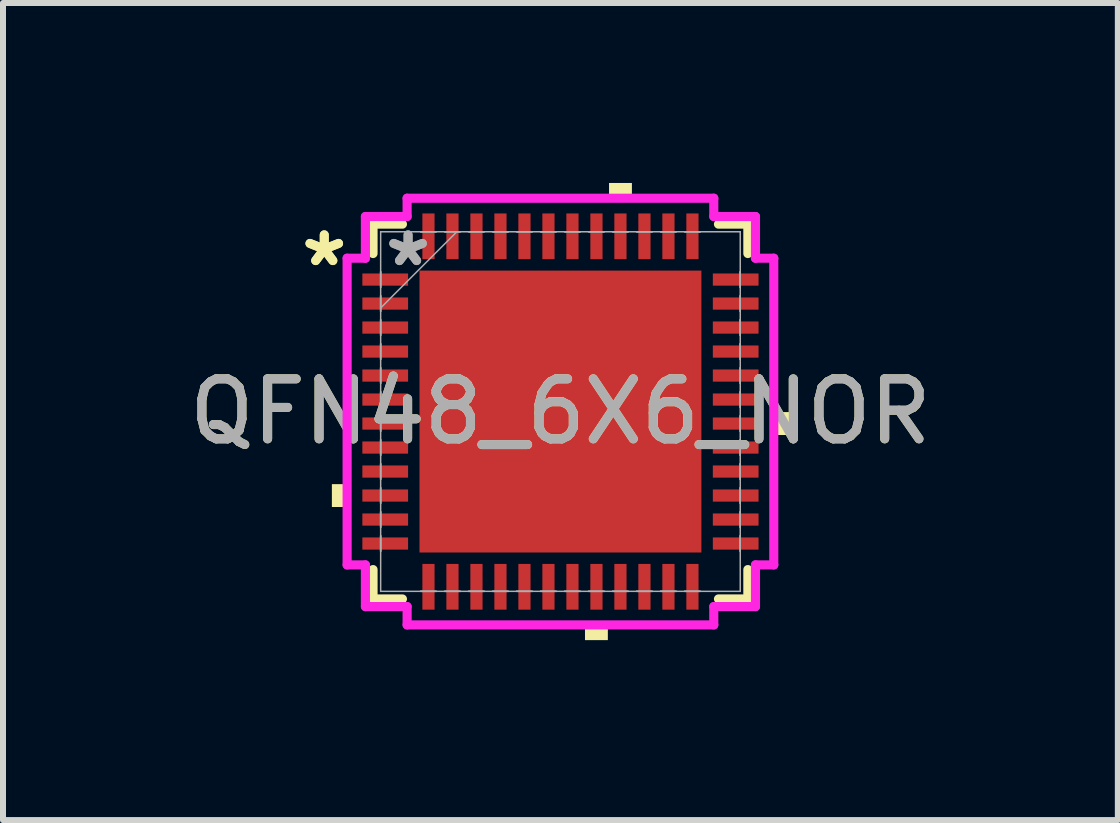
<source format=kicad_pcb>
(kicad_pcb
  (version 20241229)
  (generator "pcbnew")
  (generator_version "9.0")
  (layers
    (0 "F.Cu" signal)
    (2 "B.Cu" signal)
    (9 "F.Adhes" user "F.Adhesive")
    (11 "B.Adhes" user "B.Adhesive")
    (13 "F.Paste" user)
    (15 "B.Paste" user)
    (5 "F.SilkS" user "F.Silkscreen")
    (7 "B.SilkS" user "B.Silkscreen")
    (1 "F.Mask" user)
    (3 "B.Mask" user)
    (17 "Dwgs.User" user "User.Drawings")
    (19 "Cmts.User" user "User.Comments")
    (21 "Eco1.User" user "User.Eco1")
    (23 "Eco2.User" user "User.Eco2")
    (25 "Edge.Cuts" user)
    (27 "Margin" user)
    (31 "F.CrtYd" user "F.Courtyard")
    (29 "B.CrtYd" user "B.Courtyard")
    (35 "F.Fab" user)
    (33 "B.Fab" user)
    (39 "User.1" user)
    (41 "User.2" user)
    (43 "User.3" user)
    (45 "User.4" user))
  (footprint "QFN48_6X6_NOR"
    (layer "F.Cu")
    (at 6.292 3.81)
    (property "Reference" "QFN48_6X6_NOR" (at 0 0 0) (unlocked yes) (layer "F.SilkS") (effects (font (size 1 1) (thickness 0.15))))
    (attr smd)
    (fp_line (start -3.124 -3.124) (end -3.124 -2.634) (stroke (width 0.152) (type solid)) (layer "F.SilkS"))
    (fp_line (start -3.124 2.634) (end -3.124 3.124) (stroke (width 0.152) (type solid)) (layer "F.SilkS"))
    (fp_line (start -3.124 3.124) (end -2.634 3.124) (stroke (width 0.152) (type solid)) (layer "F.SilkS"))
    (fp_line (start -2.634 -3.124) (end -3.124 -3.124) (stroke (width 0.152) (type solid)) (layer "F.SilkS"))
    (fp_line (start 2.634 3.124) (end 3.124 3.124) (stroke (width 0.152) (type solid)) (layer "F.SilkS"))
    (fp_line (start 3.124 -3.124) (end 2.634 -3.124) (stroke (width 0.152) (type solid)) (layer "F.SilkS"))
    (fp_line (start 3.124 -2.634) (end 3.124 -3.124) (stroke (width 0.152) (type solid)) (layer "F.SilkS"))
    (fp_line (start 3.124 3.124) (end 3.124 2.634) (stroke (width 0.152) (type solid)) (layer "F.SilkS"))
    (fp_poly (pts (xy -3.81 1.21) (xy -3.81 1.591) (xy -3.556 1.591) (xy -3.556 1.21)) (stroke (width 0) (type solid)) (fill yes) (layer "F.SilkS"))
    (fp_poly (pts (xy 0.409 3.556) (xy 0.409 3.81) (xy 0.79 3.81) (xy 0.79 3.556)) (stroke (width 0) (type solid)) (fill yes) (layer "F.SilkS"))
    (fp_poly (pts (xy 0.81 -3.556) (xy 0.81 -3.81) (xy 1.191 -3.81) (xy 1.191 -3.556)) (stroke (width 0) (type solid)) (fill yes) (layer "F.SilkS"))
    (fp_poly (pts (xy 3.81 0.009) (xy 3.81 0.391) (xy 3.556 0.391) (xy 3.556 0.009)) (stroke (width 0) (type solid)) (fill yes) (layer "F.SilkS"))
    (fp_poly (pts (xy -2.249 -2.249) (xy -2.249 -0.883) (xy -0.883 -0.883) (xy -0.883 -2.249)) (stroke (width 0) (type solid)) (fill yes) (layer "F.Paste"))
    (fp_poly (pts (xy -2.249 -0.683) (xy -2.249 0.683) (xy -0.883 0.683) (xy -0.883 -0.683)) (stroke (width 0) (type solid)) (fill yes) (layer "F.Paste"))
    (fp_poly (pts (xy -2.249 0.883) (xy -2.249 2.249) (xy -0.883 2.249) (xy -0.883 0.883)) (stroke (width 0) (type solid)) (fill yes) (layer "F.Paste"))
    (fp_poly (pts (xy -0.683 -2.249) (xy -0.683 -0.883) (xy 0.683 -0.883) (xy 0.683 -2.249)) (stroke (width 0) (type solid)) (fill yes) (layer "F.Paste"))
    (fp_poly (pts (xy -0.683 -0.683) (xy -0.683 0.683) (xy 0.683 0.683) (xy 0.683 -0.683)) (stroke (width 0) (type solid)) (fill yes) (layer "F.Paste"))
    (fp_poly (pts (xy -0.683 0.883) (xy -0.683 2.249) (xy 0.683 2.249) (xy 0.683 0.883)) (stroke (width 0) (type solid)) (fill yes) (layer "F.Paste"))
    (fp_poly (pts (xy 0.883 -2.249) (xy 0.883 -0.883) (xy 2.249 -0.883) (xy 2.249 -2.249)) (stroke (width 0) (type solid)) (fill yes) (layer "F.Paste"))
    (fp_poly (pts (xy 0.883 -0.683) (xy 0.883 0.683) (xy 2.249 0.683) (xy 2.249 -0.683)) (stroke (width 0) (type solid)) (fill yes) (layer "F.Paste"))
    (fp_poly (pts (xy 0.883 0.883) (xy 0.883 2.249) (xy 2.249 2.249) (xy 2.249 0.883)) (stroke (width 0) (type solid)) (fill yes) (layer "F.Paste"))
    (fp_line (start -3.556 -2.556) (end -3.251 -2.556) (stroke (width 0.152) (type solid)) (layer "F.CrtYd"))
    (fp_line (start -3.556 2.556) (end -3.556 -2.556) (stroke (width 0.152) (type solid)) (layer "F.CrtYd"))
    (fp_line (start -3.251 -3.251) (end -2.556 -3.251) (stroke (width 0.152) (type solid)) (layer "F.CrtYd"))
    (fp_line (start -3.251 -2.556) (end -3.251 -3.251) (stroke (width 0.152) (type solid)) (layer "F.CrtYd"))
    (fp_line (start -3.251 2.556) (end -3.556 2.556) (stroke (width 0.152) (type solid)) (layer "F.CrtYd"))
    (fp_line (start -3.251 3.251) (end -3.251 2.556) (stroke (width 0.152) (type solid)) (layer "F.CrtYd"))
    (fp_line (start -2.556 -3.556) (end 2.556 -3.556) (stroke (width 0.152) (type solid)) (layer "F.CrtYd"))
    (fp_line (start -2.556 -3.251) (end -2.556 -3.556) (stroke (width 0.152) (type solid)) (layer "F.CrtYd"))
    (fp_line (start -2.556 3.251) (end -3.251 3.251) (stroke (width 0.152) (type solid)) (layer "F.CrtYd"))
    (fp_line (start -2.556 3.556) (end -2.556 3.251) (stroke (width 0.152) (type solid)) (layer "F.CrtYd"))
    (fp_line (start 2.556 -3.556) (end 2.556 -3.251) (stroke (width 0.152) (type solid)) (layer "F.CrtYd"))
    (fp_line (start 2.556 -3.251) (end 3.251 -3.251) (stroke (width 0.152) (type solid)) (layer "F.CrtYd"))
    (fp_line (start 2.556 3.251) (end 2.556 3.556) (stroke (width 0.152) (type solid)) (layer "F.CrtYd"))
    (fp_line (start 2.556 3.556) (end -2.556 3.556) (stroke (width 0.152) (type solid)) (layer "F.CrtYd"))
    (fp_line (start 3.251 -3.251) (end 3.251 -2.556) (stroke (width 0.152) (type solid)) (layer "F.CrtYd"))
    (fp_line (start 3.251 -2.556) (end 3.556 -2.556) (stroke (width 0.152) (type solid)) (layer "F.CrtYd"))
    (fp_line (start 3.251 2.556) (end 3.251 3.251) (stroke (width 0.152) (type solid)) (layer "F.CrtYd"))
    (fp_line (start 3.251 3.251) (end 2.556 3.251) (stroke (width 0.152) (type solid)) (layer "F.CrtYd"))
    (fp_line (start 3.556 -2.556) (end 3.556 2.556) (stroke (width 0.152) (type solid)) (layer "F.CrtYd"))
    (fp_line (start 3.556 2.556) (end 3.251 2.556) (stroke (width 0.152) (type solid)) (layer "F.CrtYd"))
    (fp_line (start -2.997 -2.997) (end -2.997 -2.997) (stroke (width 0.025) (type solid)) (layer "F.Fab"))
    (fp_line (start -2.997 -2.997) (end -2.997 2.997) (stroke (width 0.025) (type solid)) (layer "F.Fab"))
    (fp_line (start -2.997 -2.327) (end -2.997 -2.327) (stroke (width 0.025) (type solid)) (layer "F.Fab"))
    (fp_line (start -2.997 -2.327) (end -2.997 -2.073) (stroke (width 0.025) (type solid)) (layer "F.Fab"))
    (fp_line (start -2.997 -2.073) (end -2.997 -2.327) (stroke (width 0.025) (type solid)) (layer "F.Fab"))
    (fp_line (start -2.997 -2.073) (end -2.997 -2.073) (stroke (width 0.025) (type solid)) (layer "F.Fab"))
    (fp_line (start -2.997 -1.927) (end -2.997 -1.927) (stroke (width 0.025) (type solid)) (layer "F.Fab"))
    (fp_line (start -2.997 -1.927) (end -2.997 -1.673) (stroke (width 0.025) (type solid)) (layer "F.Fab"))
    (fp_line (start -2.997 -1.727) (end -1.727 -2.997) (stroke (width 0.025) (type solid)) (layer "F.Fab"))
    (fp_line (start -2.997 -1.673) (end -2.997 -1.927) (stroke (width 0.025) (type solid)) (layer "F.Fab"))
    (fp_line (start -2.997 -1.673) (end -2.997 -1.673) (stroke (width 0.025) (type solid)) (layer "F.Fab"))
    (fp_line (start -2.997 -1.527) (end -2.997 -1.527) (stroke (width 0.025) (type solid)) (layer "F.Fab"))
    (fp_line (start -2.997 -1.527) (end -2.997 -1.273) (stroke (width 0.025) (type solid)) (layer "F.Fab"))
    (fp_line (start -2.997 -1.273) (end -2.997 -1.527) (stroke (width 0.025) (type solid)) (layer "F.Fab"))
    (fp_line (start -2.997 -1.273) (end -2.997 -1.273) (stroke (width 0.025) (type solid)) (layer "F.Fab"))
    (fp_line (start -2.997 -1.127) (end -2.997 -1.127) (stroke (width 0.025) (type solid)) (layer "F.Fab"))
    (fp_line (start -2.997 -1.127) (end -2.997 -0.873) (stroke (width 0.025) (type solid)) (layer "F.Fab"))
    (fp_line (start -2.997 -0.873) (end -2.997 -1.127) (stroke (width 0.025) (type solid)) (layer "F.Fab"))
    (fp_line (start -2.997 -0.873) (end -2.997 -0.873) (stroke (width 0.025) (type solid)) (layer "F.Fab"))
    (fp_line (start -2.997 -0.727) (end -2.997 -0.727) (stroke (width 0.025) (type solid)) (layer "F.Fab"))
    (fp_line (start -2.997 -0.727) (end -2.997 -0.473) (stroke (width 0.025) (type solid)) (layer "F.Fab"))
    (fp_line (start -2.997 -0.473) (end -2.997 -0.727) (stroke (width 0.025) (type solid)) (layer "F.Fab"))
    (fp_line (start -2.997 -0.473) (end -2.997 -0.473) (stroke (width 0.025) (type solid)) (layer "F.Fab"))
    (fp_line (start -2.997 -0.327) (end -2.997 -0.327) (stroke (width 0.025) (type solid)) (layer "F.Fab"))
    (fp_line (start -2.997 -0.327) (end -2.997 -0.073) (stroke (width 0.025) (type solid)) (layer "F.Fab"))
    (fp_line (start -2.997 -0.073) (end -2.997 -0.327) (stroke (width 0.025) (type solid)) (layer "F.Fab"))
    (fp_line (start -2.997 -0.073) (end -2.997 -0.073) (stroke (width 0.025) (type solid)) (layer "F.Fab"))
    (fp_line (start -2.997 0.073) (end -2.997 0.073) (stroke (width 0.025) (type solid)) (layer "F.Fab"))
    (fp_line (start -2.997 0.073) (end -2.997 0.327) (stroke (width 0.025) (type solid)) (layer "F.Fab"))
    (fp_line (start -2.997 0.327) (end -2.997 0.073) (stroke (width 0.025) (type solid)) (layer "F.Fab"))
    (fp_line (start -2.997 0.327) (end -2.997 0.327) (stroke (width 0.025) (type solid)) (layer "F.Fab"))
    (fp_line (start -2.997 0.473) (end -2.997 0.473) (stroke (width 0.025) (type solid)) (layer "F.Fab"))
    (fp_line (start -2.997 0.473) (end -2.997 0.727) (stroke (width 0.025) (type solid)) (layer "F.Fab"))
    (fp_line (start -2.997 0.727) (end -2.997 0.473) (stroke (width 0.025) (type solid)) (layer "F.Fab"))
    (fp_line (start -2.997 0.727) (end -2.997 0.727) (stroke (width 0.025) (type solid)) (layer "F.Fab"))
    (fp_line (start -2.997 0.873) (end -2.997 0.873) (stroke (width 0.025) (type solid)) (layer "F.Fab"))
    (fp_line (start -2.997 0.873) (end -2.997 1.127) (stroke (width 0.025) (type solid)) (layer "F.Fab"))
    (fp_line (start -2.997 1.127) (end -2.997 0.873) (stroke (width 0.025) (type solid)) (layer "F.Fab"))
    (fp_line (start -2.997 1.127) (end -2.997 1.127) (stroke (width 0.025) (type solid)) (layer "F.Fab"))
    (fp_line (start -2.997 1.273) (end -2.997 1.273) (stroke (width 0.025) (type solid)) (layer "F.Fab"))
    (fp_line (start -2.997 1.273) (end -2.997 1.527) (stroke (width 0.025) (type solid)) (layer "F.Fab"))
    (fp_line (start -2.997 1.527) (end -2.997 1.273) (stroke (width 0.025) (type solid)) (layer "F.Fab"))
    (fp_line (start -2.997 1.527) (end -2.997 1.527) (stroke (width 0.025) (type solid)) (layer "F.Fab"))
    (fp_line (start -2.997 1.673) (end -2.997 1.673) (stroke (width 0.025) (type solid)) (layer "F.Fab"))
    (fp_line (start -2.997 1.673) (end -2.997 1.927) (stroke (width 0.025) (type solid)) (layer "F.Fab"))
    (fp_line (start -2.997 1.927) (end -2.997 1.673) (stroke (width 0.025) (type solid)) (layer "F.Fab"))
    (fp_line (start -2.997 1.927) (end -2.997 1.927) (stroke (width 0.025) (type solid)) (layer "F.Fab"))
    (fp_line (start -2.997 2.073) (end -2.997 2.073) (stroke (width 0.025) (type solid)) (layer "F.Fab"))
    (fp_line (start -2.997 2.073) (end -2.997 2.327) (stroke (width 0.025) (type solid)) (layer "F.Fab"))
    (fp_line (start -2.997 2.327) (end -2.997 2.073) (stroke (width 0.025) (type solid)) (layer "F.Fab"))
    (fp_line (start -2.997 2.327) (end -2.997 2.327) (stroke (width 0.025) (type solid)) (layer "F.Fab"))
    (fp_line (start -2.997 2.997) (end -2.997 2.997) (stroke (width 0.025) (type solid)) (layer "F.Fab"))
    (fp_line (start -2.997 2.997) (end 2.997 2.997) (stroke (width 0.025) (type solid)) (layer "F.Fab"))
    (fp_line (start -2.327 -2.997) (end -2.327 -2.997) (stroke (width 0.025) (type solid)) (layer "F.Fab"))
    (fp_line (start -2.327 -2.997) (end -2.073 -2.997) (stroke (width 0.025) (type solid)) (layer "F.Fab"))
    (fp_line (start -2.327 2.997) (end -2.327 2.997) (stroke (width 0.025) (type solid)) (layer "F.Fab"))
    (fp_line (start -2.327 2.997) (end -2.073 2.997) (stroke (width 0.025) (type solid)) (layer "F.Fab"))
    (fp_line (start -2.073 -2.997) (end -2.327 -2.997) (stroke (width 0.025) (type solid)) (layer "F.Fab"))
    (fp_line (start -2.073 -2.997) (end -2.073 -2.997) (stroke (width 0.025) (type solid)) (layer "F.Fab"))
    (fp_line (start -2.073 2.997) (end -2.327 2.997) (stroke (width 0.025) (type solid)) (layer "F.Fab"))
    (fp_line (start -2.073 2.997) (end -2.073 2.997) (stroke (width 0.025) (type solid)) (layer "F.Fab"))
    (fp_line (start -1.927 -2.997) (end -1.927 -2.997) (stroke (width 0.025) (type solid)) (layer "F.Fab"))
    (fp_line (start -1.927 -2.997) (end -1.673 -2.997) (stroke (width 0.025) (type solid)) (layer "F.Fab"))
    (fp_line (start -1.927 2.997) (end -1.927 2.997) (stroke (width 0.025) (type solid)) (layer "F.Fab"))
    (fp_line (start -1.927 2.997) (end -1.673 2.997) (stroke (width 0.025) (type solid)) (layer "F.Fab"))
    (fp_line (start -1.673 -2.997) (end -1.927 -2.997) (stroke (width 0.025) (type solid)) (layer "F.Fab"))
    (fp_line (start -1.673 -2.997) (end -1.673 -2.997) (stroke (width 0.025) (type solid)) (layer "F.Fab"))
    (fp_line (start -1.673 2.997) (end -1.927 2.997) (stroke (width 0.025) (type solid)) (layer "F.Fab"))
    (fp_line (start -1.673 2.997) (end -1.673 2.997) (stroke (width 0.025) (type solid)) (layer "F.Fab"))
    (fp_line (start -1.527 -2.997) (end -1.527 -2.997) (stroke (width 0.025) (type solid)) (layer "F.Fab"))
    (fp_line (start -1.527 -2.997) (end -1.273 -2.997) (stroke (width 0.025) (type solid)) (layer "F.Fab"))
    (fp_line (start -1.527 2.997) (end -1.527 2.997) (stroke (width 0.025) (type solid)) (layer "F.Fab"))
    (fp_line (start -1.527 2.997) (end -1.273 2.997) (stroke (width 0.025) (type solid)) (layer "F.Fab"))
    (fp_line (start -1.273 -2.997) (end -1.527 -2.997) (stroke (width 0.025) (type solid)) (layer "F.Fab"))
    (fp_line (start -1.273 -2.997) (end -1.273 -2.997) (stroke (width 0.025) (type solid)) (layer "F.Fab"))
    (fp_line (start -1.273 2.997) (end -1.527 2.997) (stroke (width 0.025) (type solid)) (layer "F.Fab"))
    (fp_line (start -1.273 2.997) (end -1.273 2.997) (stroke (width 0.025) (type solid)) (layer "F.Fab"))
    (fp_line (start -1.127 -2.997) (end -1.127 -2.997) (stroke (width 0.025) (type solid)) (layer "F.Fab"))
    (fp_line (start -1.127 -2.997) (end -0.873 -2.997) (stroke (width 0.025) (type solid)) (layer "F.Fab"))
    (fp_line (start -1.127 2.997) (end -1.127 2.997) (stroke (width 0.025) (type solid)) (layer "F.Fab"))
    (fp_line (start -1.127 2.997) (end -0.873 2.997) (stroke (width 0.025) (type solid)) (layer "F.Fab"))
    (fp_line (start -0.873 -2.997) (end -1.127 -2.997) (stroke (width 0.025) (type solid)) (layer "F.Fab"))
    (fp_line (start -0.873 -2.997) (end -0.873 -2.997) (stroke (width 0.025) (type solid)) (layer "F.Fab"))
    (fp_line (start -0.873 2.997) (end -1.127 2.997) (stroke (width 0.025) (type solid)) (layer "F.Fab"))
    (fp_line (start -0.873 2.997) (end -0.873 2.997) (stroke (width 0.025) (type solid)) (layer "F.Fab"))
    (fp_line (start -0.727 -2.997) (end -0.727 -2.997) (stroke (width 0.025) (type solid)) (layer "F.Fab"))
    (fp_line (start -0.727 -2.997) (end -0.473 -2.997) (stroke (width 0.025) (type solid)) (layer "F.Fab"))
    (fp_line (start -0.727 2.997) (end -0.727 2.997) (stroke (width 0.025) (type solid)) (layer "F.Fab"))
    (fp_line (start -0.727 2.997) (end -0.473 2.997) (stroke (width 0.025) (type solid)) (layer "F.Fab"))
    (fp_line (start -0.473 -2.997) (end -0.727 -2.997) (stroke (width 0.025) (type solid)) (layer "F.Fab"))
    (fp_line (start -0.473 -2.997) (end -0.473 -2.997) (stroke (width 0.025) (type solid)) (layer "F.Fab"))
    (fp_line (start -0.473 2.997) (end -0.727 2.997) (stroke (width 0.025) (type solid)) (layer "F.Fab"))
    (fp_line (start -0.473 2.997) (end -0.473 2.997) (stroke (width 0.025) (type solid)) (layer "F.Fab"))
    (fp_line (start -0.327 -2.997) (end -0.327 -2.997) (stroke (width 0.025) (type solid)) (layer "F.Fab"))
    (fp_line (start -0.327 -2.997) (end -0.073 -2.997) (stroke (width 0.025) (type solid)) (layer "F.Fab"))
    (fp_line (start -0.327 2.997) (end -0.327 2.997) (stroke (width 0.025) (type solid)) (layer "F.Fab"))
    (fp_line (start -0.327 2.997) (end -0.073 2.997) (stroke (width 0.025) (type solid)) (layer "F.Fab"))
    (fp_line (start -0.073 -2.997) (end -0.327 -2.997) (stroke (width 0.025) (type solid)) (layer "F.Fab"))
    (fp_line (start -0.073 -2.997) (end -0.073 -2.997) (stroke (width 0.025) (type solid)) (layer "F.Fab"))
    (fp_line (start -0.073 2.997) (end -0.327 2.997) (stroke (width 0.025) (type solid)) (layer "F.Fab"))
    (fp_line (start -0.073 2.997) (end -0.073 2.997) (stroke (width 0.025) (type solid)) (layer "F.Fab"))
    (fp_line (start 0.073 -2.997) (end 0.073 -2.997) (stroke (width 0.025) (type solid)) (layer "F.Fab"))
    (fp_line (start 0.073 -2.997) (end 0.327 -2.997) (stroke (width 0.025) (type solid)) (layer "F.Fab"))
    (fp_line (start 0.073 2.997) (end 0.073 2.997) (stroke (width 0.025) (type solid)) (layer "F.Fab"))
    (fp_line (start 0.073 2.997) (end 0.327 2.997) (stroke (width 0.025) (type solid)) (layer "F.Fab"))
    (fp_line (start 0.327 -2.997) (end 0.073 -2.997) (stroke (width 0.025) (type solid)) (layer "F.Fab"))
    (fp_line (start 0.327 -2.997) (end 0.327 -2.997) (stroke (width 0.025) (type solid)) (layer "F.Fab"))
    (fp_line (start 0.327 2.997) (end 0.073 2.997) (stroke (width 0.025) (type solid)) (layer "F.Fab"))
    (fp_line (start 0.327 2.997) (end 0.327 2.997) (stroke (width 0.025) (type solid)) (layer "F.Fab"))
    (fp_line (start 0.473 -2.997) (end 0.473 -2.997) (stroke (width 0.025) (type solid)) (layer "F.Fab"))
    (fp_line (start 0.473 -2.997) (end 0.727 -2.997) (stroke (width 0.025) (type solid)) (layer "F.Fab"))
    (fp_line (start 0.473 2.997) (end 0.473 2.997) (stroke (width 0.025) (type solid)) (layer "F.Fab"))
    (fp_line (start 0.473 2.997) (end 0.727 2.997) (stroke (width 0.025) (type solid)) (layer "F.Fab"))
    (fp_line (start 0.727 -2.997) (end 0.473 -2.997) (stroke (width 0.025) (type solid)) (layer "F.Fab"))
    (fp_line (start 0.727 -2.997) (end 0.727 -2.997) (stroke (width 0.025) (type solid)) (layer "F.Fab"))
    (fp_line (start 0.727 2.997) (end 0.473 2.997) (stroke (width 0.025) (type solid)) (layer "F.Fab"))
    (fp_line (start 0.727 2.997) (end 0.727 2.997) (stroke (width 0.025) (type solid)) (layer "F.Fab"))
    (fp_line (start 0.873 -2.997) (end 0.873 -2.997) (stroke (width 0.025) (type solid)) (layer "F.Fab"))
    (fp_line (start 0.873 -2.997) (end 1.127 -2.997) (stroke (width 0.025) (type solid)) (layer "F.Fab"))
    (fp_line (start 0.873 2.997) (end 0.873 2.997) (stroke (width 0.025) (type solid)) (layer "F.Fab"))
    (fp_line (start 0.873 2.997) (end 1.127 2.997) (stroke (width 0.025) (type solid)) (layer "F.Fab"))
    (fp_line (start 1.127 -2.997) (end 0.873 -2.997) (stroke (width 0.025) (type solid)) (layer "F.Fab"))
    (fp_line (start 1.127 -2.997) (end 1.127 -2.997) (stroke (width 0.025) (type solid)) (layer "F.Fab"))
    (fp_line (start 1.127 2.997) (end 0.873 2.997) (stroke (width 0.025) (type solid)) (layer "F.Fab"))
    (fp_line (start 1.127 2.997) (end 1.127 2.997) (stroke (width 0.025) (type solid)) (layer "F.Fab"))
    (fp_line (start 1.273 -2.997) (end 1.273 -2.997) (stroke (width 0.025) (type solid)) (layer "F.Fab"))
    (fp_line (start 1.273 -2.997) (end 1.527 -2.997) (stroke (width 0.025) (type solid)) (layer "F.Fab"))
    (fp_line (start 1.273 2.997) (end 1.273 2.997) (stroke (width 0.025) (type solid)) (layer "F.Fab"))
    (fp_line (start 1.273 2.997) (end 1.527 2.997) (stroke (width 0.025) (type solid)) (layer "F.Fab"))
    (fp_line (start 1.527 -2.997) (end 1.273 -2.997) (stroke (width 0.025) (type solid)) (layer "F.Fab"))
    (fp_line (start 1.527 -2.997) (end 1.527 -2.997) (stroke (width 0.025) (type solid)) (layer "F.Fab"))
    (fp_line (start 1.527 2.997) (end 1.273 2.997) (stroke (width 0.025) (type solid)) (layer "F.Fab"))
    (fp_line (start 1.527 2.997) (end 1.527 2.997) (stroke (width 0.025) (type solid)) (layer "F.Fab"))
    (fp_line (start 1.673 -2.997) (end 1.673 -2.997) (stroke (width 0.025) (type solid)) (layer "F.Fab"))
    (fp_line (start 1.673 -2.997) (end 1.927 -2.997) (stroke (width 0.025) (type solid)) (layer "F.Fab"))
    (fp_line (start 1.673 2.997) (end 1.673 2.997) (stroke (width 0.025) (type solid)) (layer "F.Fab"))
    (fp_line (start 1.673 2.997) (end 1.927 2.997) (stroke (width 0.025) (type solid)) (layer "F.Fab"))
    (fp_line (start 1.927 -2.997) (end 1.673 -2.997) (stroke (width 0.025) (type solid)) (layer "F.Fab"))
    (fp_line (start 1.927 -2.997) (end 1.927 -2.997) (stroke (width 0.025) (type solid)) (layer "F.Fab"))
    (fp_line (start 1.927 2.997) (end 1.673 2.997) (stroke (width 0.025) (type solid)) (layer "F.Fab"))
    (fp_line (start 1.927 2.997) (end 1.927 2.997) (stroke (width 0.025) (type solid)) (layer "F.Fab"))
    (fp_line (start 2.073 -2.997) (end 2.073 -2.997) (stroke (width 0.025) (type solid)) (layer "F.Fab"))
    (fp_line (start 2.073 -2.997) (end 2.327 -2.997) (stroke (width 0.025) (type solid)) (layer "F.Fab"))
    (fp_line (start 2.073 2.997) (end 2.073 2.997) (stroke (width 0.025) (type solid)) (layer "F.Fab"))
    (fp_line (start 2.073 2.997) (end 2.327 2.997) (stroke (width 0.025) (type solid)) (layer "F.Fab"))
    (fp_line (start 2.327 -2.997) (end 2.073 -2.997) (stroke (width 0.025) (type solid)) (layer "F.Fab"))
    (fp_line (start 2.327 -2.997) (end 2.327 -2.997) (stroke (width 0.025) (type solid)) (layer "F.Fab"))
    (fp_line (start 2.327 2.997) (end 2.073 2.997) (stroke (width 0.025) (type solid)) (layer "F.Fab"))
    (fp_line (start 2.327 2.997) (end 2.327 2.997) (stroke (width 0.025) (type solid)) (layer "F.Fab"))
    (fp_line (start 2.997 -2.997) (end -2.997 -2.997) (stroke (width 0.025) (type solid)) (layer "F.Fab"))
    (fp_line (start 2.997 -2.997) (end 2.997 -2.997) (stroke (width 0.025) (type solid)) (layer "F.Fab"))
    (fp_line (start 2.997 -2.327) (end 2.997 -2.327) (stroke (width 0.025) (type solid)) (layer "F.Fab"))
    (fp_line (start 2.997 -2.327) (end 2.997 -2.073) (stroke (width 0.025) (type solid)) (layer "F.Fab"))
    (fp_line (start 2.997 -2.073) (end 2.997 -2.327) (stroke (width 0.025) (type solid)) (layer "F.Fab"))
    (fp_line (start 2.997 -2.073) (end 2.997 -2.073) (stroke (width 0.025) (type solid)) (layer "F.Fab"))
    (fp_line (start 2.997 -1.927) (end 2.997 -1.927) (stroke (width 0.025) (type solid)) (layer "F.Fab"))
    (fp_line (start 2.997 -1.927) (end 2.997 -1.673) (stroke (width 0.025) (type solid)) (layer "F.Fab"))
    (fp_line (start 2.997 -1.673) (end 2.997 -1.927) (stroke (width 0.025) (type solid)) (layer "F.Fab"))
    (fp_line (start 2.997 -1.673) (end 2.997 -1.673) (stroke (width 0.025) (type solid)) (layer "F.Fab"))
    (fp_line (start 2.997 -1.527) (end 2.997 -1.527) (stroke (width 0.025) (type solid)) (layer "F.Fab"))
    (fp_line (start 2.997 -1.527) (end 2.997 -1.273) (stroke (width 0.025) (type solid)) (layer "F.Fab"))
    (fp_line (start 2.997 -1.273) (end 2.997 -1.527) (stroke (width 0.025) (type solid)) (layer "F.Fab"))
    (fp_line (start 2.997 -1.273) (end 2.997 -1.273) (stroke (width 0.025) (type solid)) (layer "F.Fab"))
    (fp_line (start 2.997 -1.127) (end 2.997 -1.127) (stroke (width 0.025) (type solid)) (layer "F.Fab"))
    (fp_line (start 2.997 -1.127) (end 2.997 -0.873) (stroke (width 0.025) (type solid)) (layer "F.Fab"))
    (fp_line (start 2.997 -0.873) (end 2.997 -1.127) (stroke (width 0.025) (type solid)) (layer "F.Fab"))
    (fp_line (start 2.997 -0.873) (end 2.997 -0.873) (stroke (width 0.025) (type solid)) (layer "F.Fab"))
    (fp_line (start 2.997 -0.727) (end 2.997 -0.727) (stroke (width 0.025) (type solid)) (layer "F.Fab"))
    (fp_line (start 2.997 -0.727) (end 2.997 -0.473) (stroke (width 0.025) (type solid)) (layer "F.Fab"))
    (fp_line (start 2.997 -0.473) (end 2.997 -0.727) (stroke (width 0.025) (type solid)) (layer "F.Fab"))
    (fp_line (start 2.997 -0.473) (end 2.997 -0.473) (stroke (width 0.025) (type solid)) (layer "F.Fab"))
    (fp_line (start 2.997 -0.327) (end 2.997 -0.327) (stroke (width 0.025) (type solid)) (layer "F.Fab"))
    (fp_line (start 2.997 -0.327) (end 2.997 -0.073) (stroke (width 0.025) (type solid)) (layer "F.Fab"))
    (fp_line (start 2.997 -0.073) (end 2.997 -0.327) (stroke (width 0.025) (type solid)) (layer "F.Fab"))
    (fp_line (start 2.997 -0.073) (end 2.997 -0.073) (stroke (width 0.025) (type solid)) (layer "F.Fab"))
    (fp_line (start 2.997 0.073) (end 2.997 0.073) (stroke (width 0.025) (type solid)) (layer "F.Fab"))
    (fp_line (start 2.997 0.073) (end 2.997 0.327) (stroke (width 0.025) (type solid)) (layer "F.Fab"))
    (fp_line (start 2.997 0.327) (end 2.997 0.073) (stroke (width 0.025) (type solid)) (layer "F.Fab"))
    (fp_line (start 2.997 0.327) (end 2.997 0.327) (stroke (width 0.025) (type solid)) (layer "F.Fab"))
    (fp_line (start 2.997 0.473) (end 2.997 0.473) (stroke (width 0.025) (type solid)) (layer "F.Fab"))
    (fp_line (start 2.997 0.473) (end 2.997 0.727) (stroke (width 0.025) (type solid)) (layer "F.Fab"))
    (fp_line (start 2.997 0.727) (end 2.997 0.473) (stroke (width 0.025) (type solid)) (layer "F.Fab"))
    (fp_line (start 2.997 0.727) (end 2.997 0.727) (stroke (width 0.025) (type solid)) (layer "F.Fab"))
    (fp_line (start 2.997 0.873) (end 2.997 0.873) (stroke (width 0.025) (type solid)) (layer "F.Fab"))
    (fp_line (start 2.997 0.873) (end 2.997 1.127) (stroke (width 0.025) (type solid)) (layer "F.Fab"))
    (fp_line (start 2.997 1.127) (end 2.997 0.873) (stroke (width 0.025) (type solid)) (layer "F.Fab"))
    (fp_line (start 2.997 1.127) (end 2.997 1.127) (stroke (width 0.025) (type solid)) (layer "F.Fab"))
    (fp_line (start 2.997 1.273) (end 2.997 1.273) (stroke (width 0.025) (type solid)) (layer "F.Fab"))
    (fp_line (start 2.997 1.273) (end 2.997 1.527) (stroke (width 0.025) (type solid)) (layer "F.Fab"))
    (fp_line (start 2.997 1.527) (end 2.997 1.273) (stroke (width 0.025) (type solid)) (layer "F.Fab"))
    (fp_line (start 2.997 1.527) (end 2.997 1.527) (stroke (width 0.025) (type solid)) (layer "F.Fab"))
    (fp_line (start 2.997 1.673) (end 2.997 1.673) (stroke (width 0.025) (type solid)) (layer "F.Fab"))
    (fp_line (start 2.997 1.673) (end 2.997 1.927) (stroke (width 0.025) (type solid)) (layer "F.Fab"))
    (fp_line (start 2.997 1.927) (end 2.997 1.673) (stroke (width 0.025) (type solid)) (layer "F.Fab"))
    (fp_line (start 2.997 1.927) (end 2.997 1.927) (stroke (width 0.025) (type solid)) (layer "F.Fab"))
    (fp_line (start 2.997 2.073) (end 2.997 2.073) (stroke (width 0.025) (type solid)) (layer "F.Fab"))
    (fp_line (start 2.997 2.073) (end 2.997 2.327) (stroke (width 0.025) (type solid)) (layer "F.Fab"))
    (fp_line (start 2.997 2.327) (end 2.997 2.073) (stroke (width 0.025) (type solid)) (layer "F.Fab"))
    (fp_line (start 2.997 2.327) (end 2.997 2.327) (stroke (width 0.025) (type solid)) (layer "F.Fab"))
    (fp_line (start 2.997 2.997) (end 2.997 -2.997) (stroke (width 0.025) (type solid)) (layer "F.Fab"))
    (fp_line (start 2.997 2.997) (end 2.997 2.997) (stroke (width 0.025) (type solid)) (layer "F.Fab"))
    (fp_text user "*" (at -3.937 -2.4 0) (layer "F.SilkS") (effects (font (size 1 1) (thickness 0.15))))
    (fp_text user "*" (at -3.937 -2.4 0) (unlocked yes) (layer "F.SilkS") (effects (font (size 1 1) (thickness 0.15))))
    (fp_text user "${REFERENCE}" (at 0 0 0) (unlocked yes) (layer "F.Fab") (effects (font (size 1 1) (thickness 0.15))))
    (fp_text user "*" (at -2.54 -2.4 0) (layer "F.Fab") (effects (font (size 1 1) (thickness 0.15))))
    (fp_text user "*" (at -2.54 -2.4 0) (unlocked yes) (layer "F.Fab") (effects (font (size 1 1) (thickness 0.15))))
    (pad "1" smd rect (at -2.921 -2.2 90) (size 0.203 0.762) (layers "F.Cu" "F.Mask" "F.Paste"))
    (pad "2" smd rect (at -2.921 -1.8 90) (size 0.203 0.762) (layers "F.Cu" "F.Mask" "F.Paste"))
    (pad "3" smd rect (at -2.921 -1.4 90) (size 0.203 0.762) (layers "F.Cu" "F.Mask" "F.Paste"))
    (pad "4" smd rect (at -2.921 -1 90) (size 0.203 0.762) (layers "F.Cu" "F.Mask" "F.Paste"))
    (pad "5" smd rect (at -2.921 -0.6 90) (size 0.203 0.762) (layers "F.Cu" "F.Mask" "F.Paste"))
    (pad "6" smd rect (at -2.921 -0.2 90) (size 0.203 0.762) (layers "F.Cu" "F.Mask" "F.Paste"))
    (pad "7" smd rect (at -2.921 0.2 90) (size 0.203 0.762) (layers "F.Cu" "F.Mask" "F.Paste"))
    (pad "8" smd rect (at -2.921 0.6 90) (size 0.203 0.762) (layers "F.Cu" "F.Mask" "F.Paste"))
    (pad "9" smd rect (at -2.921 1 90) (size 0.203 0.762) (layers "F.Cu" "F.Mask" "F.Paste"))
    (pad "10" smd rect (at -2.921 1.4 90) (size 0.203 0.762) (layers "F.Cu" "F.Mask" "F.Paste"))
    (pad "11" smd rect (at -2.921 1.8 90) (size 0.203 0.762) (layers "F.Cu" "F.Mask" "F.Paste"))
    (pad "12" smd rect (at -2.921 2.2 90) (size 0.203 0.762) (layers "F.Cu" "F.Mask" "F.Paste"))
    (pad "13" smd rect (at -2.2 2.921) (size 0.203 0.762) (layers "F.Cu" "F.Mask" "F.Paste"))
    (pad "14" smd rect (at -1.8 2.921) (size 0.203 0.762) (layers "F.Cu" "F.Mask" "F.Paste"))
    (pad "15" smd rect (at -1.4 2.921) (size 0.203 0.762) (layers "F.Cu" "F.Mask" "F.Paste"))
    (pad "16" smd rect (at -1 2.921) (size 0.203 0.762) (layers "F.Cu" "F.Mask" "F.Paste"))
    (pad "17" smd rect (at -0.6 2.921) (size 0.203 0.762) (layers "F.Cu" "F.Mask" "F.Paste"))
    (pad "18" smd rect (at -0.2 2.921) (size 0.203 0.762) (layers "F.Cu" "F.Mask" "F.Paste"))
    (pad "19" smd rect (at 0.2 2.921) (size 0.203 0.762) (layers "F.Cu" "F.Mask" "F.Paste"))
    (pad "20" smd rect (at 0.6 2.921) (size 0.203 0.762) (layers "F.Cu" "F.Mask" "F.Paste"))
    (pad "21" smd rect (at 1 2.921) (size 0.203 0.762) (layers "F.Cu" "F.Mask" "F.Paste"))
    (pad "22" smd rect (at 1.4 2.921) (size 0.203 0.762) (layers "F.Cu" "F.Mask" "F.Paste"))
    (pad "23" smd rect (at 1.8 2.921) (size 0.203 0.762) (layers "F.Cu" "F.Mask" "F.Paste"))
    (pad "24" smd rect (at 2.2 2.921) (size 0.203 0.762) (layers "F.Cu" "F.Mask" "F.Paste"))
    (pad "25" smd rect (at 2.921 2.2 90) (size 0.203 0.762) (layers "F.Cu" "F.Mask" "F.Paste"))
    (pad "26" smd rect (at 2.921 1.8 90) (size 0.203 0.762) (layers "F.Cu" "F.Mask" "F.Paste"))
    (pad "27" smd rect (at 2.921 1.4 90) (size 0.203 0.762) (layers "F.Cu" "F.Mask" "F.Paste"))
    (pad "28" smd rect (at 2.921 1 90) (size 0.203 0.762) (layers "F.Cu" "F.Mask" "F.Paste"))
    (pad "29" smd rect (at 2.921 0.6 90) (size 0.203 0.762) (layers "F.Cu" "F.Mask" "F.Paste"))
    (pad "30" smd rect (at 2.921 0.2 90) (size 0.203 0.762) (layers "F.Cu" "F.Mask" "F.Paste"))
    (pad "31" smd rect (at 2.921 -0.2 90) (size 0.203 0.762) (layers "F.Cu" "F.Mask" "F.Paste"))
    (pad "32" smd rect (at 2.921 -0.6 90) (size 0.203 0.762) (layers "F.Cu" "F.Mask" "F.Paste"))
    (pad "33" smd rect (at 2.921 -1 90) (size 0.203 0.762) (layers "F.Cu" "F.Mask" "F.Paste"))
    (pad "34" smd rect (at 2.921 -1.4 90) (size 0.203 0.762) (layers "F.Cu" "F.Mask" "F.Paste"))
    (pad "35" smd rect (at 2.921 -1.8 90) (size 0.203 0.762) (layers "F.Cu" "F.Mask" "F.Paste"))
    (pad "36" smd rect (at 2.921 -2.2 90) (size 0.203 0.762) (layers "F.Cu" "F.Mask" "F.Paste"))
    (pad "37" smd rect (at 2.2 -2.921) (size 0.203 0.762) (layers "F.Cu" "F.Mask" "F.Paste"))
    (pad "38" smd rect (at 1.8 -2.921) (size 0.203 0.762) (layers "F.Cu" "F.Mask" "F.Paste"))
    (pad "39" smd rect (at 1.4 -2.921) (size 0.203 0.762) (layers "F.Cu" "F.Mask" "F.Paste"))
    (pad "40" smd rect (at 1 -2.921) (size 0.203 0.762) (layers "F.Cu" "F.Mask" "F.Paste"))
    (pad "41" smd rect (at 0.6 -2.921) (size 0.203 0.762) (layers "F.Cu" "F.Mask" "F.Paste"))
    (pad "42" smd rect (at 0.2 -2.921) (size 0.203 0.762) (layers "F.Cu" "F.Mask" "F.Paste"))
    (pad "43" smd rect (at -0.2 -2.921) (size 0.203 0.762) (layers "F.Cu" "F.Mask" "F.Paste"))
    (pad "44" smd rect (at -0.6 -2.921) (size 0.203 0.762) (layers "F.Cu" "F.Mask" "F.Paste"))
    (pad "45" smd rect (at -1 -2.921) (size 0.203 0.762) (layers "F.Cu" "F.Mask" "F.Paste"))
    (pad "46" smd rect (at -1.4 -2.921) (size 0.203 0.762) (layers "F.Cu" "F.Mask" "F.Paste"))
    (pad "47" smd rect (at -1.8 -2.921) (size 0.203 0.762) (layers "F.Cu" "F.Mask" "F.Paste"))
    (pad "48" smd rect (at -2.2 -2.921) (size 0.203 0.762) (layers "F.Cu" "F.Mask" "F.Paste"))
    (pad "49" smd rect (at 0 0) (size 4.699 4.699) (layers "F.Cu" "F.Mask" "F.Paste")))
  (gr_rect
    (start -3 -3)
    (end 15.583 10.62)
    (stroke (width 0.1) (type default))
    (fill no)
    (layer "Edge.Cuts")))
</source>
